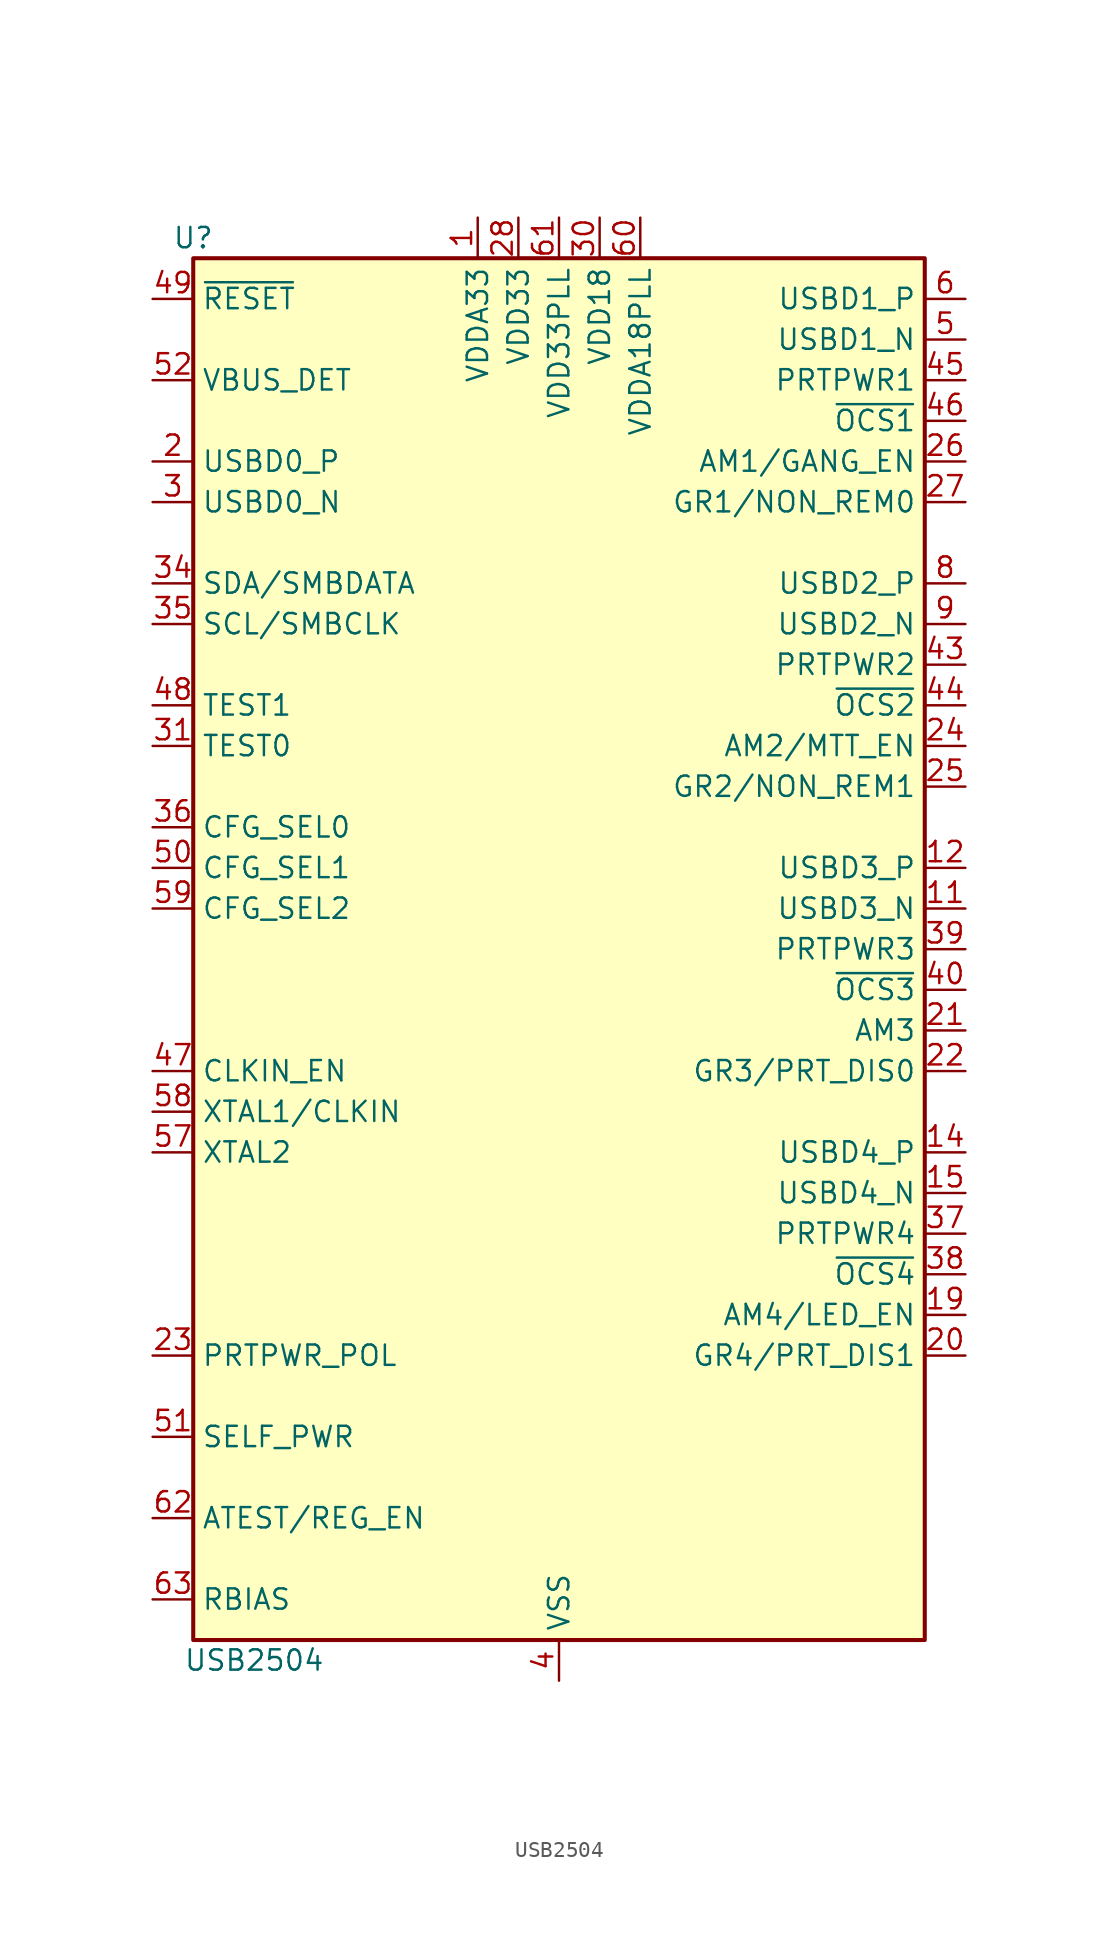
<source format=kicad_sym>
(kicad_symbol_lib
  (version 20231120)
  (generator "kicad_symbol_editor")
  (generator_version "8.0")
  (symbol "USB2504"
    (property "Reference" "U"
      (at -22.86 44.45 0)
      (effects (font (size 1.27 1.27))))
    (property "Value" "USB2504"
      (at -19.05 -44.45 0)
      (effects (font (size 1.27 1.27))))
    (symbol "USB2504_0_1"
      (rectangle (start -22.86 43.18) (end 22.86 -43.18) (stroke (width 0.254) (type default)) (fill (type background))))
    (symbol "USB2504_1_1"
      (pin power_in line (at -5.08 45.72 270) (length 2.54) (name "VDDA33" (effects (font (size 1.27 1.27)))) (number "1" (effects (font (size 1.27 1.27)))))
      (pin passive line (at 0 -45.72 90) (length 2.54) hide (name "VSS" (effects (font (size 1.27 1.27)))) (number "10" (effects (font (size 1.27 1.27)))))
      (pin bidirectional line (at 25.4 2.54 180) (length 2.54) (name "USBD3_N" (effects (font (size 1.27 1.27)))) (number "11" (effects (font (size 1.27 1.27)))))
      (pin bidirectional line (at 25.4 5.08 180) (length 2.54) (name "USBD3_P" (effects (font (size 1.27 1.27)))) (number "12" (effects (font (size 1.27 1.27)))))
      (pin passive line (at -5.08 45.72 270) (length 2.54) hide (name "VDDA33" (effects (font (size 1.27 1.27)))) (number "13" (effects (font (size 1.27 1.27)))))
      (pin bidirectional line (at 25.4 -12.7 180) (length 2.54) (name "USBD4_P" (effects (font (size 1.27 1.27)))) (number "14" (effects (font (size 1.27 1.27)))))
      (pin bidirectional line (at 25.4 -15.24 180) (length 2.54) (name "USBD4_N" (effects (font (size 1.27 1.27)))) (number "15" (effects (font (size 1.27 1.27)))))
      (pin passive line (at 0 -45.72 90) (length 2.54) hide (name "VSS" (effects (font (size 1.27 1.27)))) (number "16" (effects (font (size 1.27 1.27)))))
      (pin no_connect line (at -22.86 -15.24 0) (length 2.54) hide (name "NC" (effects (font (size 1.27 1.27)))) (number "17" (effects (font (size 1.27 1.27)))))
      (pin no_connect line (at -22.86 -17.78 0) (length 2.54) hide (name "NC" (effects (font (size 1.27 1.27)))) (number "18" (effects (font (size 1.27 1.27)))))
      (pin bidirectional line (at 25.4 -22.86 180) (length 2.54) (name "AM4/LED_EN" (effects (font (size 1.27 1.27)))) (number "19" (effects (font (size 1.27 1.27)))))
      (pin bidirectional line (at -25.4 30.48 0) (length 2.54) (name "USBD0_P" (effects (font (size 1.27 1.27)))) (number "2" (effects (font (size 1.27 1.27)))))
      (pin bidirectional line (at 25.4 -25.4 180) (length 2.54) (name "GR4/PRT_DIS1" (effects (font (size 1.27 1.27)))) (number "20" (effects (font (size 1.27 1.27)))))
      (pin bidirectional line (at 25.4 -5.08 180) (length 2.54) (name "AM3" (effects (font (size 1.27 1.27)))) (number "21" (effects (font (size 1.27 1.27)))))
      (pin bidirectional line (at 25.4 -7.62 180) (length 2.54) (name "GR3/PRT_DIS0" (effects (font (size 1.27 1.27)))) (number "22" (effects (font (size 1.27 1.27)))))
      (pin bidirectional line (at -25.4 -25.4 0) (length 2.54) (name "PRTPWR_POL" (effects (font (size 1.27 1.27)))) (number "23" (effects (font (size 1.27 1.27)))))
      (pin bidirectional line (at 25.4 12.7 180) (length 2.54) (name "AM2/MTT_EN" (effects (font (size 1.27 1.27)))) (number "24" (effects (font (size 1.27 1.27)))))
      (pin bidirectional line (at 25.4 10.16 180) (length 2.54) (name "GR2/NON_REM1" (effects (font (size 1.27 1.27)))) (number "25" (effects (font (size 1.27 1.27)))))
      (pin bidirectional line (at 25.4 30.48 180) (length 2.54) (name "AM1/GANG_EN" (effects (font (size 1.27 1.27)))) (number "26" (effects (font (size 1.27 1.27)))))
      (pin bidirectional line (at 25.4 27.94 180) (length 2.54) (name "GR1/NON_REM0" (effects (font (size 1.27 1.27)))) (number "27" (effects (font (size 1.27 1.27)))))
      (pin power_in line (at -2.54 45.72 270) (length 2.54) (name "VDD33" (effects (font (size 1.27 1.27)))) (number "28" (effects (font (size 1.27 1.27)))))
      (pin passive line (at 0 -45.72 90) (length 2.54) hide (name "VSS" (effects (font (size 1.27 1.27)))) (number "29" (effects (font (size 1.27 1.27)))))
      (pin bidirectional line (at -25.4 27.94 0) (length 2.54) (name "USBD0_N" (effects (font (size 1.27 1.27)))) (number "3" (effects (font (size 1.27 1.27)))))
      (pin power_in line (at 2.54 45.72 270) (length 2.54) (name "VDD18" (effects (font (size 1.27 1.27)))) (number "30" (effects (font (size 1.27 1.27)))))
      (pin input line (at -25.4 12.7 0) (length 2.54) (name "TEST0" (effects (font (size 1.27 1.27)))) (number "31" (effects (font (size 1.27 1.27)))))
      (pin no_connect line (at -22.86 -20.32 0) (length 2.54) hide (name "NC" (effects (font (size 1.27 1.27)))) (number "32" (effects (font (size 1.27 1.27)))))
      (pin no_connect line (at -22.86 -22.86 0) (length 2.54) hide (name "NC" (effects (font (size 1.27 1.27)))) (number "33" (effects (font (size 1.27 1.27)))))
      (pin bidirectional line (at -25.4 22.86 0) (length 2.54) (name "SDA/SMBDATA" (effects (font (size 1.27 1.27)))) (number "34" (effects (font (size 1.27 1.27)))))
      (pin bidirectional line (at -25.4 20.32 0) (length 2.54) (name "SCL/SMBCLK" (effects (font (size 1.27 1.27)))) (number "35" (effects (font (size 1.27 1.27)))))
      (pin input line (at -25.4 7.62 0) (length 2.54) (name "CFG_SEL0" (effects (font (size 1.27 1.27)))) (number "36" (effects (font (size 1.27 1.27)))))
      (pin output line (at 25.4 -17.78 180) (length 2.54) (name "PRTPWR4" (effects (font (size 1.27 1.27)))) (number "37" (effects (font (size 1.27 1.27)))))
      (pin input line (at 25.4 -20.32 180) (length 2.54) (name "~{OCS4}" (effects (font (size 1.27 1.27)))) (number "38" (effects (font (size 1.27 1.27)))))
      (pin output line (at 25.4 0 180) (length 2.54) (name "PRTPWR3" (effects (font (size 1.27 1.27)))) (number "39" (effects (font (size 1.27 1.27)))))
      (pin power_in line (at 0 -45.72 90) (length 2.54) (name "VSS" (effects (font (size 1.27 1.27)))) (number "4" (effects (font (size 1.27 1.27)))))
      (pin input line (at 25.4 -2.54 180) (length 2.54) (name "~{OCS3}" (effects (font (size 1.27 1.27)))) (number "40" (effects (font (size 1.27 1.27)))))
      (pin passive line (at 0 -45.72 90) (length 2.54) hide (name "VSS" (effects (font (size 1.27 1.27)))) (number "41" (effects (font (size 1.27 1.27)))))
      (pin passive line (at 2.54 45.72 270) (length 2.54) hide (name "VDD18" (effects (font (size 1.27 1.27)))) (number "42" (effects (font (size 1.27 1.27)))))
      (pin output line (at 25.4 17.78 180) (length 2.54) (name "PRTPWR2" (effects (font (size 1.27 1.27)))) (number "43" (effects (font (size 1.27 1.27)))))
      (pin input line (at 25.4 15.24 180) (length 2.54) (name "~{OCS2}" (effects (font (size 1.27 1.27)))) (number "44" (effects (font (size 1.27 1.27)))))
      (pin output line (at 25.4 35.56 180) (length 2.54) (name "PRTPWR1" (effects (font (size 1.27 1.27)))) (number "45" (effects (font (size 1.27 1.27)))))
      (pin input line (at 25.4 33.02 180) (length 2.54) (name "~{OCS1}" (effects (font (size 1.27 1.27)))) (number "46" (effects (font (size 1.27 1.27)))))
      (pin input line (at -25.4 -7.62 0) (length 2.54) (name "CLKIN_EN" (effects (font (size 1.27 1.27)))) (number "47" (effects (font (size 1.27 1.27)))))
      (pin input line (at -25.4 15.24 0) (length 2.54) (name "TEST1" (effects (font (size 1.27 1.27)))) (number "48" (effects (font (size 1.27 1.27)))))
      (pin input line (at -25.4 40.64 0) (length 2.54) (name "~{RESET}" (effects (font (size 1.27 1.27)))) (number "49" (effects (font (size 1.27 1.27)))))
      (pin bidirectional line (at 25.4 38.1 180) (length 2.54) (name "USBD1_N" (effects (font (size 1.27 1.27)))) (number "5" (effects (font (size 1.27 1.27)))))
      (pin input line (at -25.4 5.08 0) (length 2.54) (name "CFG_SEL1" (effects (font (size 1.27 1.27)))) (number "50" (effects (font (size 1.27 1.27)))))
      (pin input line (at -25.4 -30.48 0) (length 2.54) (name "SELF_PWR" (effects (font (size 1.27 1.27)))) (number "51" (effects (font (size 1.27 1.27)))))
      (pin bidirectional line (at -25.4 35.56 0) (length 2.54) (name "VBUS_DET" (effects (font (size 1.27 1.27)))) (number "52" (effects (font (size 1.27 1.27)))))
      (pin passive line (at 0 -45.72 90) (length 2.54) hide (name "VSS" (effects (font (size 1.27 1.27)))) (number "53" (effects (font (size 1.27 1.27)))))
      (pin passive line (at 2.54 45.72 270) (length 2.54) hide (name "VDD18" (effects (font (size 1.27 1.27)))) (number "54" (effects (font (size 1.27 1.27)))))
      (pin passive line (at 0 -45.72 90) (length 2.54) hide (name "VSS" (effects (font (size 1.27 1.27)))) (number "55" (effects (font (size 1.27 1.27)))))
      (pin no_connect line (at 22.86 -40.64 180) (length 2.54) hide (name "NC" (effects (font (size 1.27 1.27)))) (number "56" (effects (font (size 1.27 1.27)))))
      (pin output line (at -25.4 -12.7 0) (length 2.54) (name "XTAL2" (effects (font (size 1.27 1.27)))) (number "57" (effects (font (size 1.27 1.27)))))
      (pin input line (at -25.4 -10.16 0) (length 2.54) (name "XTAL1/CLKIN" (effects (font (size 1.27 1.27)))) (number "58" (effects (font (size 1.27 1.27)))))
      (pin input line (at -25.4 2.54 0) (length 2.54) (name "CFG_SEL2" (effects (font (size 1.27 1.27)))) (number "59" (effects (font (size 1.27 1.27)))))
      (pin bidirectional line (at 25.4 40.64 180) (length 2.54) (name "USBD1_P" (effects (font (size 1.27 1.27)))) (number "6" (effects (font (size 1.27 1.27)))))
      (pin power_in line (at 5.08 45.72 270) (length 2.54) (name "VDDA18PLL" (effects (font (size 1.27 1.27)))) (number "60" (effects (font (size 1.27 1.27)))))
      (pin power_in line (at 0 45.72 270) (length 2.54) (name "VDD33PLL" (effects (font (size 1.27 1.27)))) (number "61" (effects (font (size 1.27 1.27)))))
      (pin bidirectional line (at -25.4 -35.56 0) (length 2.54) (name "ATEST/REG_EN" (effects (font (size 1.27 1.27)))) (number "62" (effects (font (size 1.27 1.27)))))
      (pin input line (at -25.4 -40.64 0) (length 2.54) (name "RBIAS" (effects (font (size 1.27 1.27)))) (number "63" (effects (font (size 1.27 1.27)))))
      (pin passive line (at 0 -45.72 90) (length 2.54) hide (name "VSS" (effects (font (size 1.27 1.27)))) (number "64" (effects (font (size 1.27 1.27)))))
      (pin passive line (at -5.08 45.72 270) (length 2.54) hide (name "VDDA33" (effects (font (size 1.27 1.27)))) (number "7" (effects (font (size 1.27 1.27)))))
      (pin bidirectional line (at 25.4 22.86 180) (length 2.54) (name "USBD2_P" (effects (font (size 1.27 1.27)))) (number "8" (effects (font (size 1.27 1.27)))))
      (pin bidirectional line (at 25.4 20.32 180) (length 2.54) (name "USBD2_N" (effects (font (size 1.27 1.27)))) (number "9" (effects (font (size 1.27 1.27))))))))
</source>
